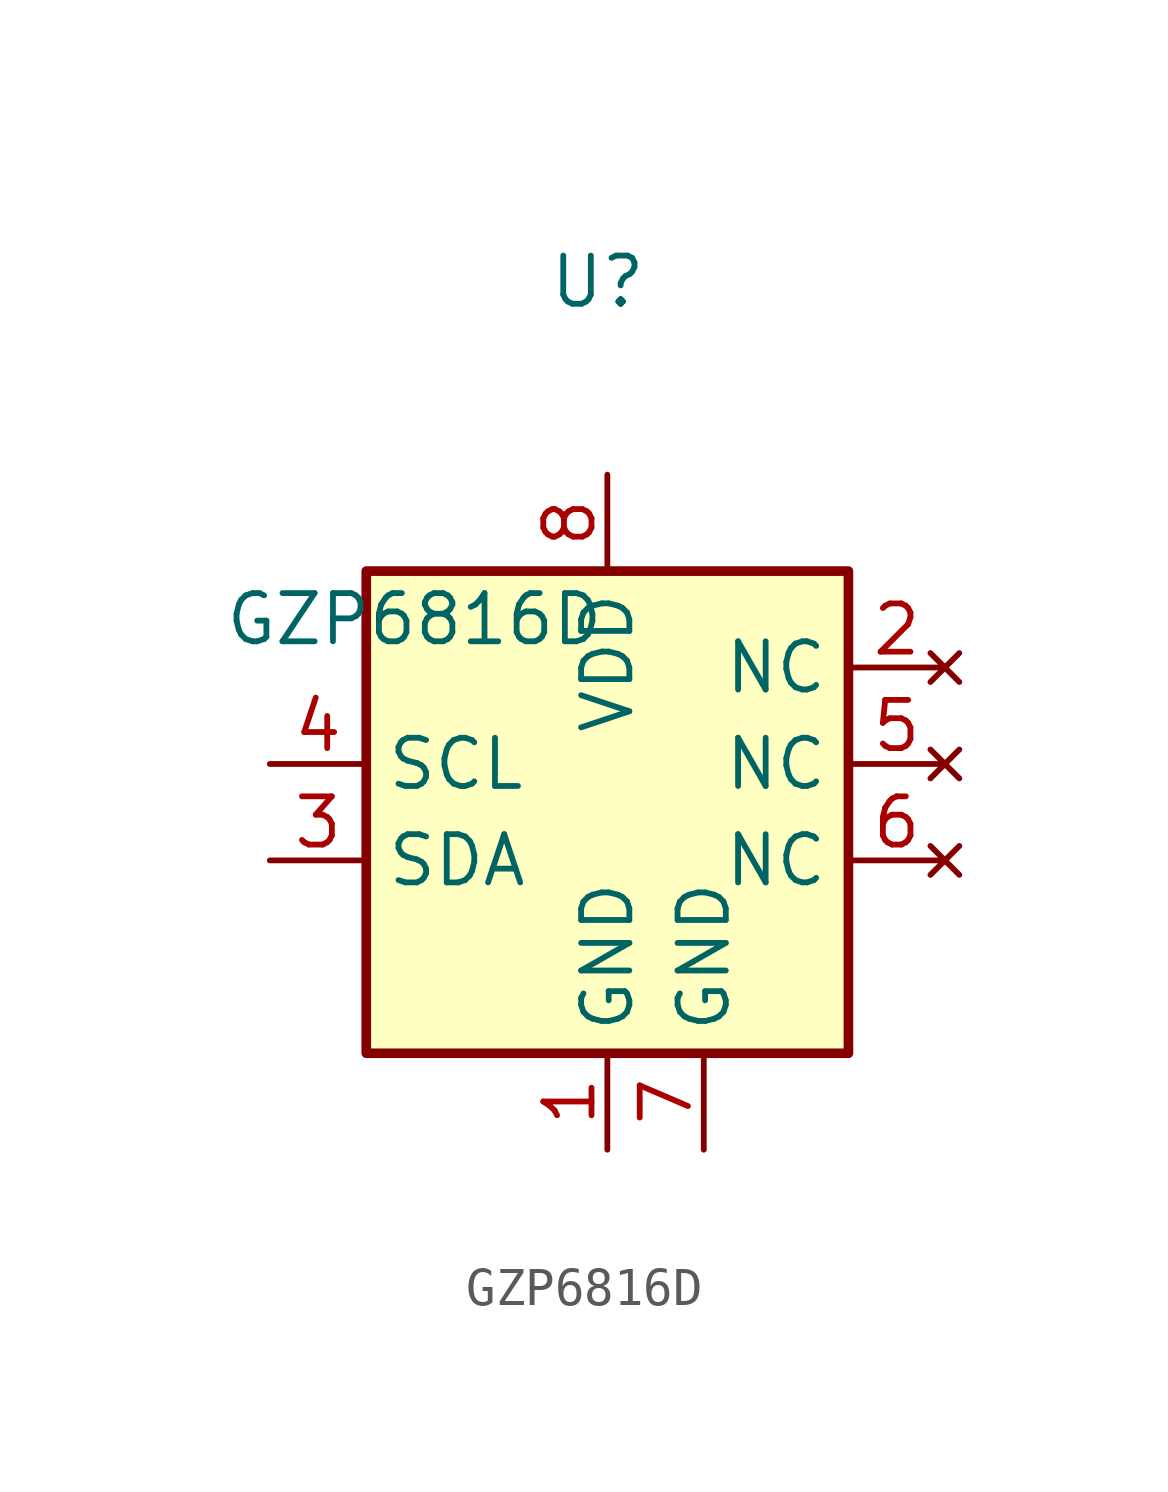
<source format=kicad_sym>
(kicad_symbol_lib
  (version 20231120)
  (generator "kicad_symbol_editor")
  (generator_version "8.0")
  (symbol "GZP6816D"
    (property "Reference" "U"
      (at -0.254 13.97 0)
      (effects (font (size 1.27 1.27))))
    (property "Value" "GZP6816D"
      (at -5.08 5.08 0)
      (effects (font (size 1.27 1.27))))
    (symbol "GZP6816D_0_1"
      (rectangle (start -6.35 -6.35) (end 6.35 6.35) (stroke (width 0.254) (type default)) (fill (type background))))
    (symbol "GZP6816D_1_1"
      (pin power_in line (at 0 -8.89 90) (length 2.54) (name "GND" (effects (font (size 1.27 1.27)))) (number "1" (effects (font (size 1.27 1.27)))))
      (pin no_connect line (at 8.89 3.81 180) (length 2.54) (name "NC" (effects (font (size 1.27 1.27)))) (number "2" (effects (font (size 1.27 1.27)))))
      (pin bidirectional line (at -8.89 -1.27 0) (length 2.54) (name "SDA" (effects (font (size 1.27 1.27)))) (number "3" (effects (font (size 1.27 1.27)))))
      (pin input line (at -8.89 1.27 0) (length 2.54) (name "SCL" (effects (font (size 1.27 1.27)))) (number "4" (effects (font (size 1.27 1.27)))))
      (pin no_connect line (at 8.89 1.27 180) (length 2.54) (name "NC" (effects (font (size 1.27 1.27)))) (number "5" (effects (font (size 1.27 1.27)))))
      (pin no_connect line (at 8.89 -1.27 180) (length 2.54) (name "NC" (effects (font (size 1.27 1.27)))) (number "6" (effects (font (size 1.27 1.27)))))
      (pin power_in line (at 2.54 -8.89 90) (length 2.54) (name "GND" (effects (font (size 1.27 1.27)))) (number "7" (effects (font (size 1.27 1.27)))))
      (pin power_in line (at 0 8.89 270) (length 2.54) (name "VDD" (effects (font (size 1.27 1.27)))) (number "8" (effects (font (size 1.27 1.27))))))))
</source>
